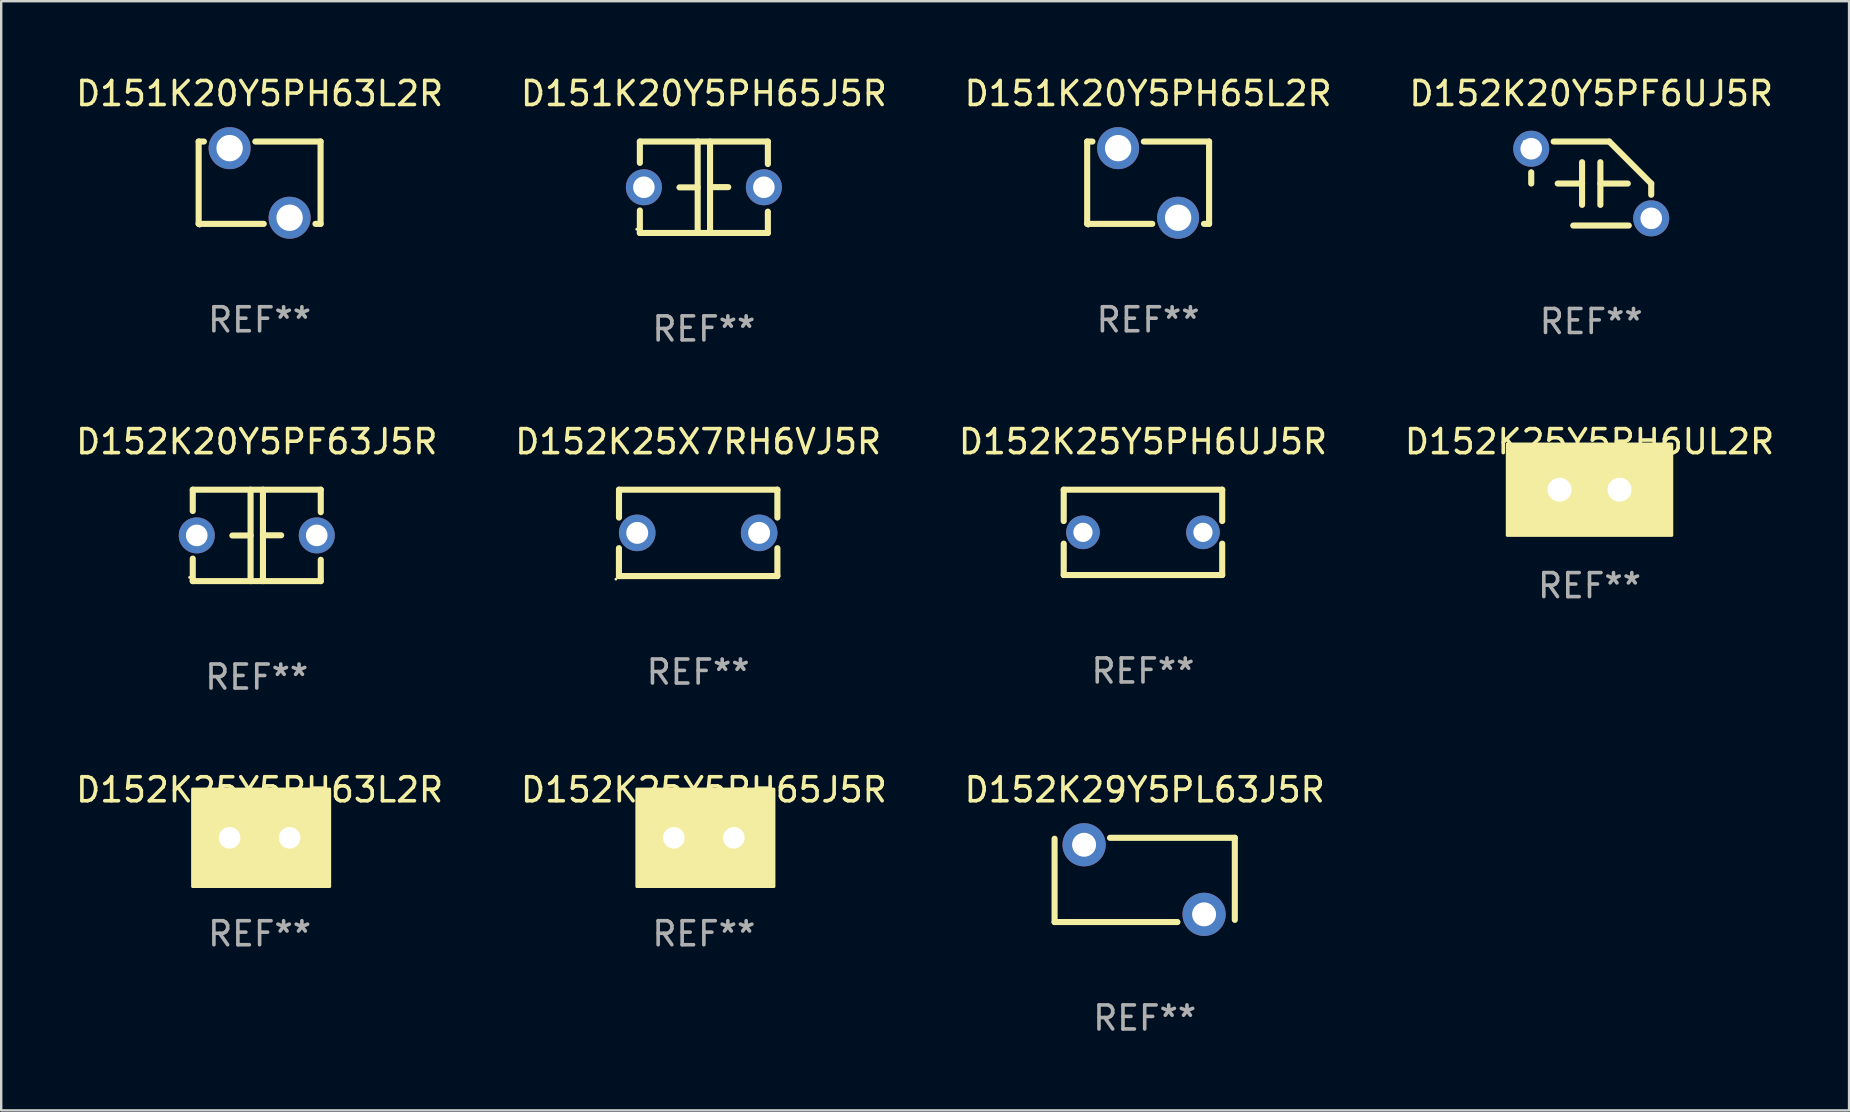
<source format=kicad_pcb>
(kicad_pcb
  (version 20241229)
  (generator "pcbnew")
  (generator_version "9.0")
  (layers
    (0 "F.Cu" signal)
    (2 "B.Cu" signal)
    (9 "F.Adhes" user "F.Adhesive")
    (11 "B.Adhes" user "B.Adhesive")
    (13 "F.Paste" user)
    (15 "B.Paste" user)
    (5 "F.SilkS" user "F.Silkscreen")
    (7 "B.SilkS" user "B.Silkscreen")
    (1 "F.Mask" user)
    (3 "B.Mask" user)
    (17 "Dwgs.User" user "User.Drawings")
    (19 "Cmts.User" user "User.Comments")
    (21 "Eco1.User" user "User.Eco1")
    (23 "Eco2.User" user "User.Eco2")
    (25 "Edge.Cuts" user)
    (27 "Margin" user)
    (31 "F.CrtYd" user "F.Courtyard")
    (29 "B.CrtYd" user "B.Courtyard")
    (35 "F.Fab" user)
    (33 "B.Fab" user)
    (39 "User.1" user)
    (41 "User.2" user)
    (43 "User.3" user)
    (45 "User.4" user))
  (footprint "D152K25Y5PH65J5R"
    (layer "F.Cu")
    (at 26.28 31.861)
    (property "Reference" "D152K25Y5PH65J5R" (at 0 -2 0) (layer "F.SilkS") (effects (font (size 1 1) (thickness 0.15))))
    (attr through_hole)
    (fp_circle (center -2.5 1.75) (end -2.47 1.75) (stroke (width 0.06) (type solid)) (fill no) (layer "F.SilkS"))
    (fp_poly (pts (xy -2.794 -2.032) (xy 2.921 -2.032) (xy 2.921 2.032) (xy -2.794 2.032)) (stroke (width 0.12) (type solid)) (fill yes) (layer "F.SilkS"))
    (fp_text user "REF**" (at 0 4 0) (layer "F.Fab") (effects (font (size 1 1) (thickness 0.15))))
    (pad "1" thru_hole circle (at -1.25 0) (size 1.5 1.5) (drill 0.9) (layers "*.Cu" "*.Mask"))
    (pad "2" thru_hole circle (at 1.25 0) (size 1.5 1.5) (drill 0.9) (layers "*.Cu" "*.Mask")))
  (footprint "D152K20Y5PF63J5R"
    (layer "F.Cu")
    (at 7.649 19.26)
    (property "Reference" "D152K20Y5PF63J5R" (at 0 -3.905 0) (layer "F.SilkS") (effects (font (size 1 1) (thickness 0.15))))
    (attr through_hole)
    (fp_line (start -2.667 -1.905) (end -2.667 -1.016) (stroke (width 0.254) (type solid)) (layer "F.SilkS"))
    (fp_line (start -2.667 0.967) (end -2.667 1.905) (stroke (width 0.254) (type solid)) (layer "F.SilkS"))
    (fp_line (start -2.667 1.905) (end 2.667 1.905) (stroke (width 0.254) (type solid)) (layer "F.SilkS"))
    (fp_line (start -0.258 0.005) (end -1.016 0.005) (stroke (width 0.254) (type solid)) (layer "F.SilkS"))
    (fp_line (start -0.258 1.905) (end -0.258 -1.905) (stroke (width 0.254) (type solid)) (layer "F.SilkS"))
    (fp_line (start 0.258 -1.905) (end 0.258 1.905) (stroke (width 0.254) (type solid)) (layer "F.SilkS"))
    (fp_line (start 0.258 -0.005) (end 1.016 -0.005) (stroke (width 0.254) (type solid)) (layer "F.SilkS"))
    (fp_line (start 2.667 -1.905) (end -2.667 -1.905) (stroke (width 0.254) (type solid)) (layer "F.SilkS"))
    (fp_line (start 2.667 -0.967) (end 2.667 -1.905) (stroke (width 0.254) (type solid)) (layer "F.SilkS"))
    (fp_line (start 2.667 1.905) (end 2.667 1.016) (stroke (width 0.254) (type solid)) (layer "F.SilkS"))
    (fp_circle (center -2.8 1.75) (end -2.77 1.75) (stroke (width 0.06) (type solid)) (fill no) (layer "F.SilkS"))
    (fp_text user "REF**" (at 0 5.905 0) (layer "F.Fab") (effects (font (size 1 1) (thickness 0.15))))
    (pad "1" thru_hole circle (at -2.5 0) (size 1.5 1.5) (drill 0.9) (layers "*.Cu" "*.Mask"))
    (pad "2" thru_hole circle (at 2.5 0) (size 1.5 1.5) (drill 0.9) (layers "*.Cu" "*.Mask")))
  (footprint "D151K20Y5PH65J5R"
    (layer "F.Cu")
    (at 26.28 4.753)
    (property "Reference" "D151K20Y5PH65J5R" (at 0 -3.905 0) (layer "F.SilkS") (effects (font (size 1 1) (thickness 0.15))))
    (attr through_hole)
    (fp_line (start -2.667 -1.905) (end -2.667 -1.016) (stroke (width 0.254) (type solid)) (layer "F.SilkS"))
    (fp_line (start -2.667 0.967) (end -2.667 1.905) (stroke (width 0.254) (type solid)) (layer "F.SilkS"))
    (fp_line (start -2.667 1.905) (end 2.667 1.905) (stroke (width 0.254) (type solid)) (layer "F.SilkS"))
    (fp_line (start -0.258 0.005) (end -1.016 0.005) (stroke (width 0.254) (type solid)) (layer "F.SilkS"))
    (fp_line (start -0.258 1.905) (end -0.258 -1.905) (stroke (width 0.254) (type solid)) (layer "F.SilkS"))
    (fp_line (start 0.258 -1.905) (end 0.258 1.905) (stroke (width 0.254) (type solid)) (layer "F.SilkS"))
    (fp_line (start 0.258 -0.005) (end 1.016 -0.005) (stroke (width 0.254) (type solid)) (layer "F.SilkS"))
    (fp_line (start 2.667 -1.905) (end -2.667 -1.905) (stroke (width 0.254) (type solid)) (layer "F.SilkS"))
    (fp_line (start 2.667 -0.967) (end 2.667 -1.905) (stroke (width 0.254) (type solid)) (layer "F.SilkS"))
    (fp_line (start 2.667 1.905) (end 2.667 1.016) (stroke (width 0.254) (type solid)) (layer "F.SilkS"))
    (fp_circle (center -2.8 1.75) (end -2.77 1.75) (stroke (width 0.06) (type solid)) (fill no) (layer "F.SilkS"))
    (fp_text user "REF**" (at 0 5.905 0) (layer "F.Fab") (effects (font (size 1 1) (thickness 0.15))))
    (pad "1" thru_hole circle (at -2.5 0) (size 1.5 1.5) (drill 0.9) (layers "*.Cu" "*.Mask"))
    (pad "2" thru_hole circle (at 2.5 0) (size 1.5 1.5) (drill 0.9) (layers "*.Cu" "*.Mask")))
  (footprint "D152K25Y5PH63L2R"
    (layer "F.Cu")
    (at 7.768 31.861)
    (property "Reference" "D152K25Y5PH63L2R" (at 0 -2 0) (layer "F.SilkS") (effects (font (size 1 1) (thickness 0.15))))
    (attr through_hole)
    (fp_circle (center -2.5 1.75) (end -2.47 1.75) (stroke (width 0.06) (type solid)) (fill no) (layer "F.SilkS"))
    (fp_poly (pts (xy -2.794 -2.032) (xy 2.921 -2.032) (xy 2.921 2.032) (xy -2.794 2.032)) (stroke (width 0.12) (type solid)) (fill yes) (layer "F.SilkS"))
    (fp_text user "REF**" (at 0 4 0) (layer "F.Fab") (effects (font (size 1 1) (thickness 0.15))))
    (pad "1" thru_hole circle (at -1.25 0) (size 1.5 1.5) (drill 0.9) (layers "*.Cu" "*.Mask"))
    (pad "2" thru_hole circle (at 1.25 0) (size 1.5 1.5) (drill 0.9) (layers "*.Cu" "*.Mask")))
  (footprint "D152K20Y5PF6UJ5R"
    (layer "F.Cu")
    (at 63.256 4.598)
    (property "Reference" "D152K20Y5PF6UJ5R" (at 0 -3.75 0) (layer "F.SilkS") (effects (font (size 1 1) (thickness 0.15))))
    (attr through_hole)
    (fp_line (start -2.5 0) (end -2.5 -0.469) (stroke (width 0.254) (type solid)) (layer "F.SilkS"))
    (fp_line (start -1.397 0) (end -0.381 0) (stroke (width 0.254) (type solid)) (layer "F.SilkS"))
    (fp_line (start -0.75 1.75) (end 1.566 1.75) (stroke (width 0.254) (type solid)) (layer "F.SilkS"))
    (fp_line (start -0.381 -0.889) (end -0.381 0.889) (stroke (width 0.254) (type solid)) (layer "F.SilkS"))
    (fp_line (start 0.381 -0.889) (end 0.381 0.889) (stroke (width 0.254) (type solid)) (layer "F.SilkS"))
    (fp_line (start 0.75 -1.75) (end -1.566 -1.75) (stroke (width 0.254) (type solid)) (layer "F.SilkS"))
    (fp_line (start 1.524 0) (end 0.381 0) (stroke (width 0.254) (type solid)) (layer "F.SilkS"))
    (fp_line (start 2.5 0) (end 2.5 0.469) (stroke (width 0.254) (type solid)) (layer "F.SilkS"))
    (fp_arc (start -2.499962 0) (mid 2.499984 -0.000022) (end -2.499962 0) (stroke (width 0.254001) (type solid)) (layer "F.SilkS"))
    (fp_arc (start 2.500013 0) (mid 1.623463 -0.873464) (end 0.749999 -1.750014) (stroke (width 0.254001) (type solid)) (layer "F.SilkS"))
    (fp_circle (center -2.8 -1.75) (end -2.77 -1.75) (stroke (width 0.06) (type solid)) (fill no) (layer "F.SilkS"))
    (fp_text user "REF**" (at 0 5.75 0) (layer "F.Fab") (effects (font (size 1 1) (thickness 0.15))))
    (pad "1" thru_hole circle (at -2.5 -1.45) (size 1.5 1.5) (drill 0.9) (layers "*.Cu" "*.Mask"))
    (pad "2" thru_hole circle (at 2.5 1.45) (size 1.5 1.5) (drill 0.9) (layers "*.Cu" "*.Mask")))
  (footprint "D152K29Y5PL63J5R"
    (layer "F.Cu")
    (at 44.649 33.616)
    (property "Reference" "D152K29Y5PL63J5R" (at 0 -3.755 0) (layer "F.SilkS") (effects (font (size 1 1) (thickness 0.15))))
    (attr through_hole)
    (fp_line (start -3.755 1.755) (end -3.755 -1.715) (stroke (width 0.254) (type solid)) (layer "F.SilkS"))
    (fp_line (start -3.755 1.755) (end 1.365 1.755) (stroke (width 0.254) (type solid)) (layer "F.SilkS"))
    (fp_line (start -1.445 -1.755) (end 3.755 -1.755) (stroke (width 0.254) (type solid)) (layer "F.SilkS"))
    (fp_line (start 3.755 -1.755) (end 3.755 1.665) (stroke (width 0.254) (type solid)) (layer "F.SilkS"))
    (fp_circle (center -3.775 -1.765) (end -3.745 -1.765) (stroke (width 0.06) (type solid)) (fill no) (layer "F.SilkS"))
    (fp_text user "REF**" (at 0 5.755 0) (layer "F.Fab") (effects (font (size 1 1) (thickness 0.15))))
    (pad "1" thru_hole circle (at -2.525 -1.465) (size 1.8 1.8) (drill 1) (layers "*.Cu" "*.Mask"))
    (pad "2" thru_hole circle (at 2.475 1.435) (size 1.8 1.8) (drill 1) (layers "*.Cu" "*.Mask")))
  (footprint "D152K25X7RH6VJ5R"
    (layer "F.Cu")
    (at 26.042 19.155)
    (property "Reference" "D152K25X7RH6VJ5R" (at 0 -3.8 0) (layer "F.SilkS") (effects (font (size 1 1) (thickness 0.15))))
    (attr through_hole)
    (fp_line (start -3.301 1.8) (end -3.301 0.636) (stroke (width 0.254) (type solid)) (layer "F.SilkS"))
    (fp_line (start -3.299 -1.8) (end -3.299 -0.638) (stroke (width 0.254) (type solid)) (layer "F.SilkS"))
    (fp_line (start -3.299 -1.8) (end 3.301 -1.8) (stroke (width 0.254) (type solid)) (layer "F.SilkS"))
    (fp_line (start 3.301 -1.8) (end 3.301 -0.638) (stroke (width 0.254) (type solid)) (layer "F.SilkS"))
    (fp_line (start 3.301 0.638) (end 3.301 1.8) (stroke (width 0.254) (type solid)) (layer "F.SilkS"))
    (fp_line (start 3.301 1.8) (end -3.301 1.8) (stroke (width 0.254) (type solid)) (layer "F.SilkS"))
    (fp_circle (center -3.428 1.927) (end -3.398 1.927) (stroke (width 0.06) (type solid)) (fill no) (layer "F.SilkS"))
    (fp_text user "REF**" (at 0 5.8 0) (layer "F.Fab") (effects (font (size 1 1) (thickness 0.15))))
    (pad "1" thru_hole circle (at -2.539 0.000013) (size 1.524 1.524) (drill 0.914) (layers "*.Cu" "*.Mask"))
    (pad "2" thru_hole circle (at 2.541 0.000013) (size 1.524 1.524) (drill 0.914) (layers "*.Cu" "*.Mask")))
  (footprint "D152K25Y5PH6UL2R"
    (layer "F.Cu")
    (at 63.185 17.355)
    (property "Reference" "D152K25Y5PH6UL2R" (at 0 -2 0) (layer "F.SilkS") (effects (font (size 1 1) (thickness 0.15))))
    (attr through_hole)
    (fp_circle (center -3.25 1.75) (end -3.22 1.75) (stroke (width 0.06) (type solid)) (fill no) (layer "F.SilkS"))
    (fp_poly (pts (xy -3.429 -1.905) (xy 3.429 -1.905) (xy 3.429 1.905) (xy -3.429 1.905)) (stroke (width 0.12) (type solid)) (fill yes) (layer "F.SilkS"))
    (fp_text user "REF**" (at 0 4 0) (layer "F.Fab") (effects (font (size 1 1) (thickness 0.15))))
    (pad "1" thru_hole circle (at -1.25 0) (size 1.6 1.6) (drill 1) (layers "*.Cu" "*.Mask"))
    (pad "2" thru_hole circle (at 1.25 0) (size 1.6 1.6) (drill 1) (layers "*.Cu" "*.Mask")))
  (footprint "D152K25Y5PH6UJ5R"
    (layer "F.Cu")
    (at 44.577 19.133)
    (property "Reference" "D152K25Y5PH6UJ5R" (at 0 -3.778 0) (layer "F.SilkS") (effects (font (size 1 1) (thickness 0.15))))
    (attr through_hole)
    (fp_line (start -3.302 -1.778) (end 3.302 -1.778) (stroke (width 0.254) (type solid)) (layer "F.SilkS"))
    (fp_line (start -3.302 -0.471) (end -3.302 -1.778) (stroke (width 0.254) (type solid)) (layer "F.SilkS"))
    (fp_line (start -3.302 1.778) (end -3.302 0.471) (stroke (width 0.254) (type solid)) (layer "F.SilkS"))
    (fp_line (start 3.302 -1.778) (end 3.302 -0.471) (stroke (width 0.254) (type solid)) (layer "F.SilkS"))
    (fp_line (start 3.302 0.471) (end 3.302 1.778) (stroke (width 0.254) (type solid)) (layer "F.SilkS"))
    (fp_line (start 3.302 1.778) (end -3.302 1.778) (stroke (width 0.254) (type solid)) (layer "F.SilkS"))
    (fp_circle (center -3.25 1.75) (end -3.22 1.75) (stroke (width 0.06) (type solid)) (fill no) (layer "F.SilkS"))
    (fp_text user "REF**" (at 0 5.778 0) (layer "F.Fab") (effects (font (size 1 1) (thickness 0.15))))
    (pad "1" thru_hole circle (at -2.5 0) (size 1.4 1.4) (drill 0.8) (layers "*.Cu" "*.Mask"))
    (pad "2" thru_hole circle (at 2.5 0) (size 1.4 1.4) (drill 0.8) (layers "*.Cu" "*.Mask")))
  (footprint "D151K20Y5PH65L2R"
    (layer "F.Cu")
    (at 44.792 4.563)
    (property "Reference" "D151K20Y5PH65L2R" (at 0 -3.715 0) (layer "F.SilkS") (effects (font (size 1 1) (thickness 0.15))))
    (attr through_hole)
    (fp_line (start -2.54 -1.715) (end -2.321 -1.715) (stroke (width 0.254) (type solid)) (layer "F.SilkS"))
    (fp_line (start -2.54 1.715) (end -2.54 -1.715) (stroke (width 0.254) (type solid)) (layer "F.SilkS"))
    (fp_line (start -0.179 -1.715) (end 2.54 -1.715) (stroke (width 0.254) (type solid)) (layer "F.SilkS"))
    (fp_line (start 0.173 1.715) (end -2.54 1.715) (stroke (width 0.254) (type solid)) (layer "F.SilkS"))
    (fp_line (start 2.54 -1.715) (end 2.54 1.715) (stroke (width 0.254) (type solid)) (layer "F.SilkS"))
    (fp_line (start 2.54 1.715) (end 2.327 1.715) (stroke (width 0.254) (type solid)) (layer "F.SilkS"))
    (fp_circle (center -2.5 1.814) (end -2.47 1.814) (stroke (width 0.06) (type solid)) (fill no) (layer "F.SilkS"))
    (fp_text user "REF**" (at 0 5.715 0) (layer "F.Fab") (effects (font (size 1 1) (thickness 0.15))))
    (pad "1" thru_hole circle (at -1.25 -1.44) (size 1.75 1.75) (drill 1.1) (layers "*.Cu" "*.Mask"))
    (pad "2" thru_hole circle (at 1.25 1.46) (size 1.75 1.75) (drill 1.1) (layers "*.Cu" "*.Mask")))
  (footprint "D151K20Y5PH63L2R"
    (layer "F.Cu")
    (at 7.768 4.563)
    (property "Reference" "D151K20Y5PH63L2R" (at 0 -3.715 0) (layer "F.SilkS") (effects (font (size 1 1) (thickness 0.15))))
    (attr through_hole)
    (fp_line (start -2.54 -1.715) (end -2.321 -1.715) (stroke (width 0.254) (type solid)) (layer "F.SilkS"))
    (fp_line (start -2.54 1.715) (end -2.54 -1.715) (stroke (width 0.254) (type solid)) (layer "F.SilkS"))
    (fp_line (start -0.179 -1.715) (end 2.54 -1.715) (stroke (width 0.254) (type solid)) (layer "F.SilkS"))
    (fp_line (start 0.173 1.715) (end -2.54 1.715) (stroke (width 0.254) (type solid)) (layer "F.SilkS"))
    (fp_line (start 2.54 -1.715) (end 2.54 1.715) (stroke (width 0.254) (type solid)) (layer "F.SilkS"))
    (fp_line (start 2.54 1.715) (end 2.327 1.715) (stroke (width 0.254) (type solid)) (layer "F.SilkS"))
    (fp_circle (center -2.5 1.814) (end -2.47 1.814) (stroke (width 0.06) (type solid)) (fill no) (layer "F.SilkS"))
    (fp_text user "REF**" (at 0 5.715 0) (layer "F.Fab") (effects (font (size 1 1) (thickness 0.15))))
    (pad "1" thru_hole circle (at -1.25 -1.44) (size 1.75 1.75) (drill 1.1) (layers "*.Cu" "*.Mask"))
    (pad "2" thru_hole circle (at 1.25 1.46) (size 1.75 1.75) (drill 1.1) (layers "*.Cu" "*.Mask")))
  (gr_rect
    (start -3 -3)
    (end 74 43.22)
    (stroke (width 0.1) (type default))
    (fill no)
    (layer "Edge.Cuts")))
</source>
